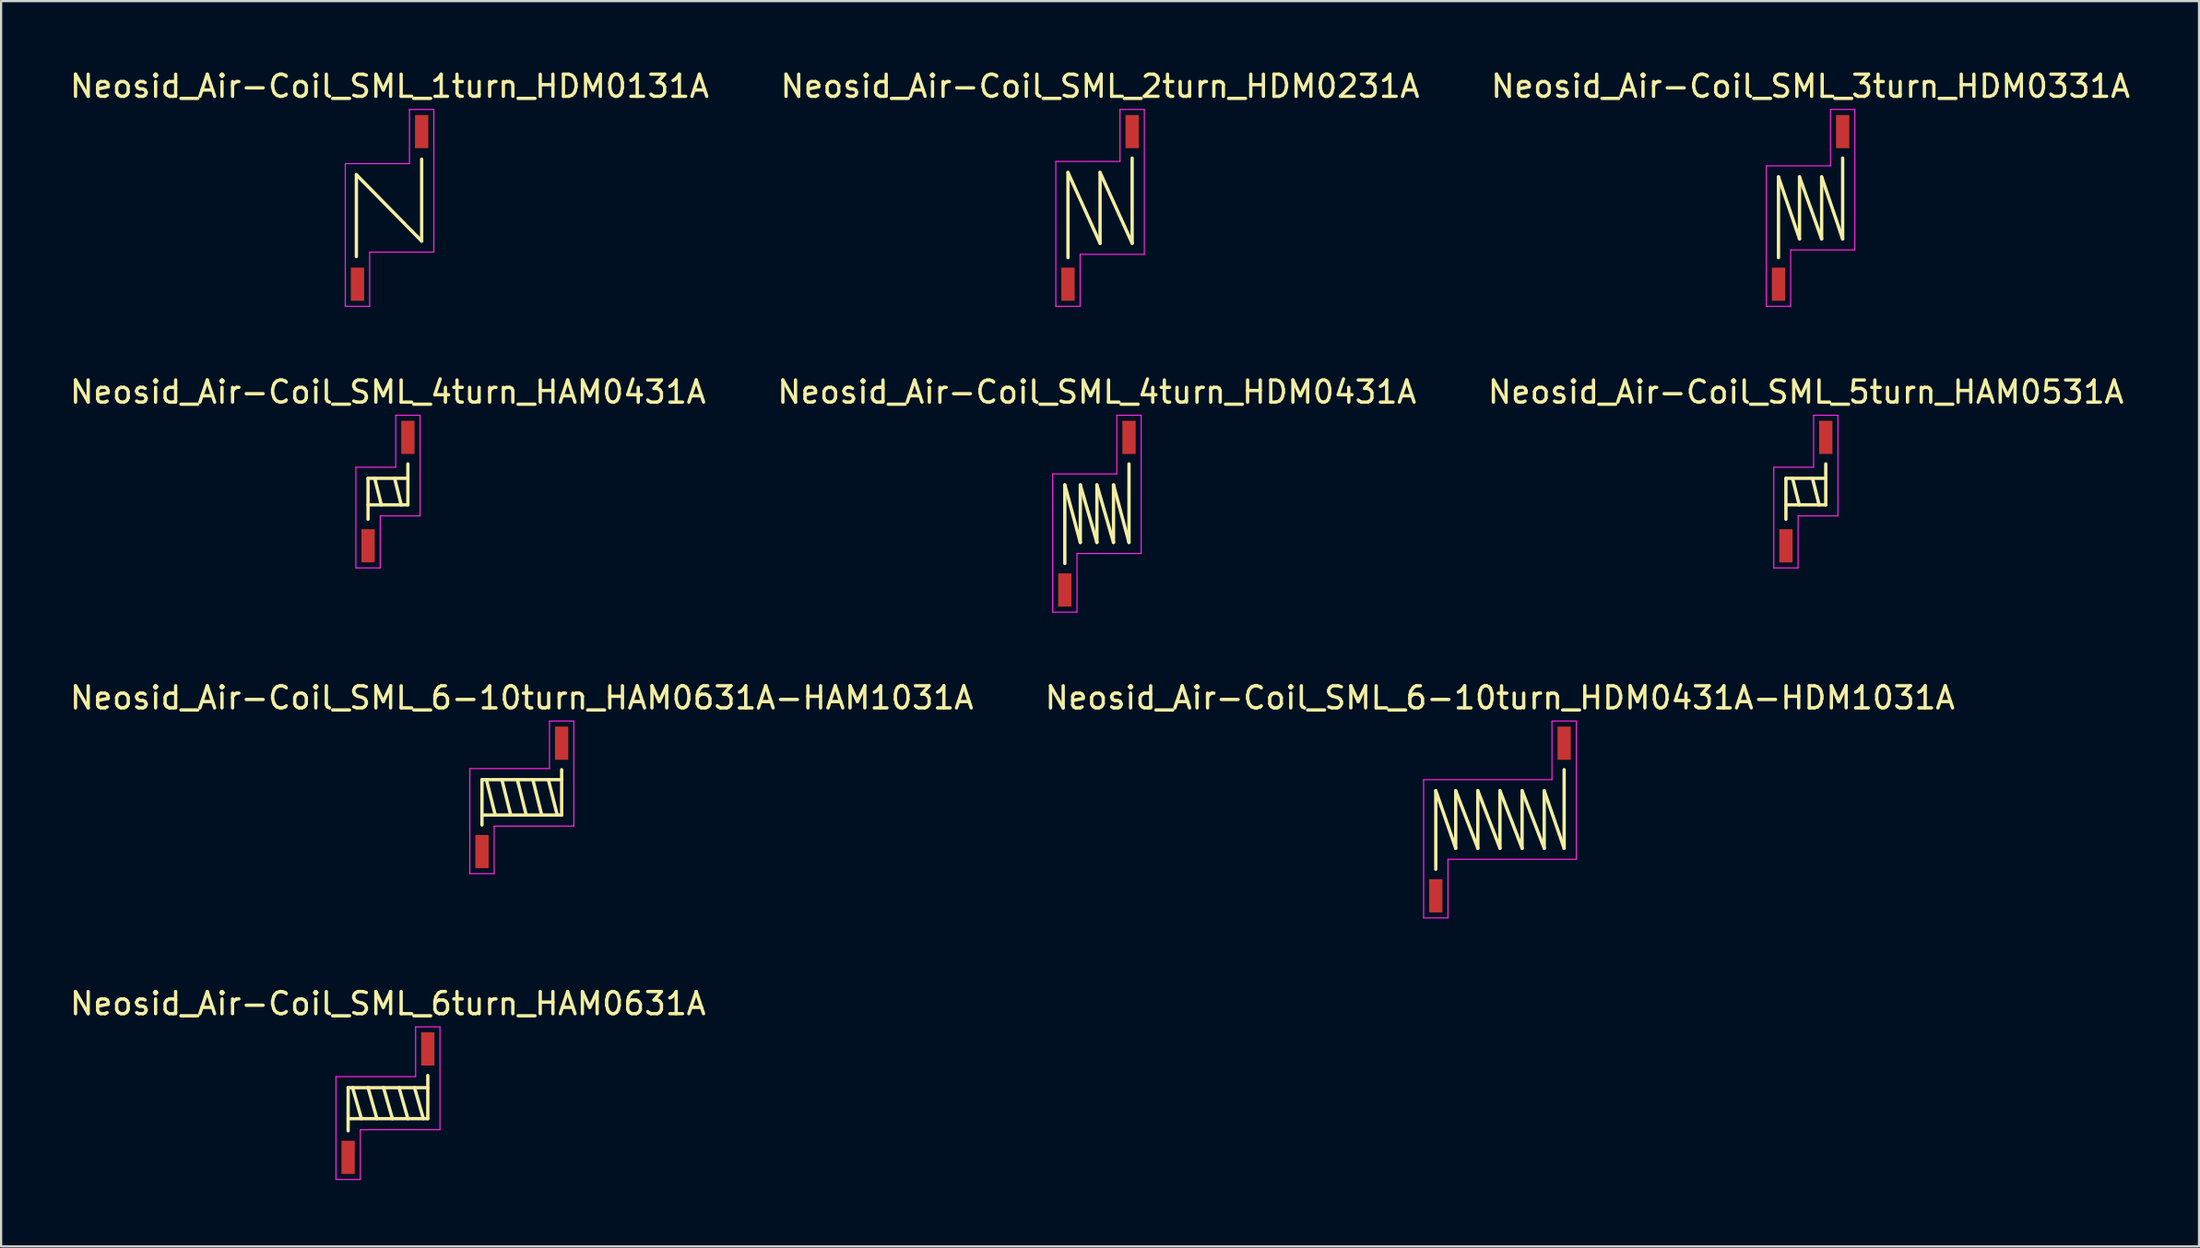
<source format=kicad_pcb>
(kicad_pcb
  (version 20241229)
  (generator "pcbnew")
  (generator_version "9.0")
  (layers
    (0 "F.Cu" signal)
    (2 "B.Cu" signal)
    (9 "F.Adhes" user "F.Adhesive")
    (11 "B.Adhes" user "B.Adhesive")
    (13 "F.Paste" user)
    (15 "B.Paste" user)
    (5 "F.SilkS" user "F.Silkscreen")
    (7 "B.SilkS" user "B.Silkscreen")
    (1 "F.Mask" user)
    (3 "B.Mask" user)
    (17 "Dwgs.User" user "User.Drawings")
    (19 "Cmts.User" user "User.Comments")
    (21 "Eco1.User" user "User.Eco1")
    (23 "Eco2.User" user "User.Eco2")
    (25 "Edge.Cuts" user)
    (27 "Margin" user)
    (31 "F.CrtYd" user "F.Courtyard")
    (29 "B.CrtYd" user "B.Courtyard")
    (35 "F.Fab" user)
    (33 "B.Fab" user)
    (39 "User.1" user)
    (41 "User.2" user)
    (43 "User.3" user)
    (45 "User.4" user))
  (footprint "Neosid_Air-Coil_SML_6-10turn_HDM0431A-HDM1031A"
    (layer "F.Cu")
    (at 64.732 33.995)
    (property "Reference" "Neosid_Air-Coil_SML_6-10turn_HDM0431A-HDM1031A" (at 0 -5.5 0) (layer "F.SilkS") (effects (font (size 1 1) (thickness 0.15))))
    (attr smd)
    (fp_line (start -2.9 -1.3) (end -2.9 2.25) (stroke (width 0.15) (type solid)) (layer "F.SilkS"))
    (fp_line (start -2.9 -1.3) (end -2 1.3) (stroke (width 0.15) (type solid)) (layer "F.SilkS"))
    (fp_line (start -2 -1.3) (end -2 1.3) (stroke (width 0.15) (type solid)) (layer "F.SilkS"))
    (fp_line (start -2 -1.3) (end -1 1.3) (stroke (width 0.15) (type solid)) (layer "F.SilkS"))
    (fp_line (start -1 -1.3) (end -1 1.3) (stroke (width 0.15) (type solid)) (layer "F.SilkS"))
    (fp_line (start -1 -1.3) (end 0 1.3) (stroke (width 0.15) (type solid)) (layer "F.SilkS"))
    (fp_line (start 0 -1.3) (end 0 1.3) (stroke (width 0.15) (type solid)) (layer "F.SilkS"))
    (fp_line (start 0 -1.3) (end 1 1.3) (stroke (width 0.15) (type solid)) (layer "F.SilkS"))
    (fp_line (start 1 -1.3) (end 1 1.3) (stroke (width 0.15) (type solid)) (layer "F.SilkS"))
    (fp_line (start 1 -1.3) (end 2 1.3) (stroke (width 0.15) (type solid)) (layer "F.SilkS"))
    (fp_line (start 2 -1.3) (end 2 1.3) (stroke (width 0.15) (type solid)) (layer "F.SilkS"))
    (fp_line (start 2 -1.3) (end 2.9 1.3) (stroke (width 0.15) (type solid)) (layer "F.SilkS"))
    (fp_line (start 2.9 1.3) (end 2.9 -2.25) (stroke (width 0.15) (type solid)) (layer "F.SilkS"))
    (fp_line (start -3.45 -1.8) (end -3.45 4.45) (stroke (width 0.05) (type solid)) (layer "F.CrtYd"))
    (fp_line (start -3.45 4.45) (end -2.35 4.45) (stroke (width 0.05) (type solid)) (layer "F.CrtYd"))
    (fp_line (start -2.35 1.8) (end 3.45 1.8) (stroke (width 0.05) (type solid)) (layer "F.CrtYd"))
    (fp_line (start -2.35 4.45) (end -2.35 1.8) (stroke (width 0.05) (type solid)) (layer "F.CrtYd"))
    (fp_line (start 2.35 -4.45) (end 2.35 -1.8) (stroke (width 0.05) (type solid)) (layer "F.CrtYd"))
    (fp_line (start 2.35 -1.8) (end -3.45 -1.8) (stroke (width 0.05) (type solid)) (layer "F.CrtYd"))
    (fp_line (start 3.45 -4.45) (end 2.35 -4.45) (stroke (width 0.05) (type solid)) (layer "F.CrtYd"))
    (fp_line (start 3.45 1.8) (end 3.45 -4.45) (stroke (width 0.05) (type solid)) (layer "F.CrtYd"))
    (pad "1" smd rect (at -2.9 3.45) (size 0.6 1.5) (layers "F.Cu" "F.Mask" "F.Paste"))
    (pad "2" smd rect (at 2.9 -3.45) (size 0.6 1.5) (layers "F.Cu" "F.Mask" "F.Paste")))
  (footprint "Neosid_Air-Coil_SML_6-10turn_HAM0631A-HAM1031A"
    (layer "F.Cu")
    (at 20.53 32.995)
    (property "Reference" "Neosid_Air-Coil_SML_6-10turn_HAM0631A-HAM1031A" (at 0 -4.5 0) (layer "F.SilkS") (effects (font (size 1 1) (thickness 0.15))))
    (attr smd)
    (fp_line (start -1.8 -0.8) (end -1.8 1.25) (stroke (width 0.15) (type solid)) (layer "F.SilkS"))
    (fp_line (start -1.8 -0.8) (end 1.8 -0.8) (stroke (width 0.15) (type solid)) (layer "F.SilkS"))
    (fp_line (start -1.6 -0.8) (end -1.2 0.8) (stroke (width 0.15) (type solid)) (layer "F.SilkS"))
    (fp_line (start -0.9 -0.8) (end -0.5 0.8) (stroke (width 0.15) (type solid)) (layer "F.SilkS"))
    (fp_line (start -0.2 -0.8) (end 0.2 0.8) (stroke (width 0.15) (type solid)) (layer "F.SilkS"))
    (fp_line (start 0.5 -0.8) (end 0.9 0.8) (stroke (width 0.15) (type solid)) (layer "F.SilkS"))
    (fp_line (start 1.2 -0.8) (end 1.6 0.8) (stroke (width 0.15) (type solid)) (layer "F.SilkS"))
    (fp_line (start 1.8 0.8) (end -1.8 0.8) (stroke (width 0.15) (type solid)) (layer "F.SilkS"))
    (fp_line (start 1.8 0.8) (end 1.8 -1.25) (stroke (width 0.15) (type solid)) (layer "F.SilkS"))
    (fp_line (start -2.35 -1.3) (end -2.35 3.45) (stroke (width 0.05) (type solid)) (layer "F.CrtYd"))
    (fp_line (start -2.35 3.45) (end -1.25 3.45) (stroke (width 0.05) (type solid)) (layer "F.CrtYd"))
    (fp_line (start -1.25 1.3) (end 2.35 1.3) (stroke (width 0.05) (type solid)) (layer "F.CrtYd"))
    (fp_line (start -1.25 3.45) (end -1.25 1.3) (stroke (width 0.05) (type solid)) (layer "F.CrtYd"))
    (fp_line (start 1.25 -3.45) (end 1.25 -1.3) (stroke (width 0.05) (type solid)) (layer "F.CrtYd"))
    (fp_line (start 1.25 -1.3) (end -2.35 -1.3) (stroke (width 0.05) (type solid)) (layer "F.CrtYd"))
    (fp_line (start 2.35 -3.45) (end 1.25 -3.45) (stroke (width 0.05) (type solid)) (layer "F.CrtYd"))
    (fp_line (start 2.35 1.3) (end 2.35 -3.45) (stroke (width 0.05) (type solid)) (layer "F.CrtYd"))
    (pad "1" smd rect (at -1.8 2.45) (size 0.6 1.5) (layers "F.Cu" "F.Mask" "F.Paste"))
    (pad "2" smd rect (at 1.8 -2.45) (size 0.6 1.5) (layers "F.Cu" "F.Mask" "F.Paste")))
  (footprint "Neosid_Air-Coil_SML_2turn_HDM0231A"
    (layer "F.Cu")
    (at 46.661 6.348)
    (property "Reference" "Neosid_Air-Coil_SML_2turn_HDM0231A" (at 0 -5.5 0) (layer "F.SilkS") (effects (font (size 1 1) (thickness 0.15))))
    (attr smd)
    (fp_line (start -1.45 -1.6) (end -1.45 2.25) (stroke (width 0.15) (type solid)) (layer "F.SilkS"))
    (fp_line (start -1.45 -1.6) (end 0 1.6) (stroke (width 0.15) (type solid)) (layer "F.SilkS"))
    (fp_line (start 0 -1.6) (end 0 1.6) (stroke (width 0.15) (type solid)) (layer "F.SilkS"))
    (fp_line (start 0 -1.6) (end 1.45 1.6) (stroke (width 0.15) (type solid)) (layer "F.SilkS"))
    (fp_line (start 1.45 1.6) (end 1.45 -2.25) (stroke (width 0.15) (type solid)) (layer "F.SilkS"))
    (fp_line (start -2 -2.1) (end -2 4.45) (stroke (width 0.05) (type solid)) (layer "F.CrtYd"))
    (fp_line (start -2 4.45) (end -0.9 4.45) (stroke (width 0.05) (type solid)) (layer "F.CrtYd"))
    (fp_line (start -0.9 2.1) (end 2 2.1) (stroke (width 0.05) (type solid)) (layer "F.CrtYd"))
    (fp_line (start -0.9 4.45) (end -0.9 2.1) (stroke (width 0.05) (type solid)) (layer "F.CrtYd"))
    (fp_line (start 0.9 -4.45) (end 0.9 -2.1) (stroke (width 0.05) (type solid)) (layer "F.CrtYd"))
    (fp_line (start 0.9 -2.1) (end -2 -2.1) (stroke (width 0.05) (type solid)) (layer "F.CrtYd"))
    (fp_line (start 2 -4.45) (end 0.9 -4.45) (stroke (width 0.05) (type solid)) (layer "F.CrtYd"))
    (fp_line (start 2 2.1) (end 2 -4.45) (stroke (width 0.05) (type solid)) (layer "F.CrtYd"))
    (pad "1" smd rect (at -1.45 3.45) (size 0.6 1.5) (layers "F.Cu" "F.Mask" "F.Paste"))
    (pad "2" smd rect (at 1.45 -3.45) (size 0.6 1.5) (layers "F.Cu" "F.Mask" "F.Paste")))
  (footprint "Neosid_Air-Coil_SML_6turn_HAM0631A"
    (layer "F.Cu")
    (at 14.482 46.818)
    (property "Reference" "Neosid_Air-Coil_SML_6turn_HAM0631A" (at 0 -4.5 0) (layer "F.SilkS") (effects (font (size 1 1) (thickness 0.15))))
    (attr smd)
    (fp_line (start -1.8 -0.7) (end -1.8 1.25) (stroke (width 0.15) (type solid)) (layer "F.SilkS"))
    (fp_line (start -1.8 -0.7) (end 1.8 -0.7) (stroke (width 0.15) (type solid)) (layer "F.SilkS"))
    (fp_line (start -1.6 -0.7) (end -1.2 0.7) (stroke (width 0.15) (type solid)) (layer "F.SilkS"))
    (fp_line (start -0.9 -0.7) (end -0.5 0.7) (stroke (width 0.15) (type solid)) (layer "F.SilkS"))
    (fp_line (start -0.2 -0.7) (end 0.2 0.7) (stroke (width 0.15) (type solid)) (layer "F.SilkS"))
    (fp_line (start 0.5 -0.7) (end 0.9 0.7) (stroke (width 0.15) (type solid)) (layer "F.SilkS"))
    (fp_line (start 1.2 -0.7) (end 1.6 0.7) (stroke (width 0.15) (type solid)) (layer "F.SilkS"))
    (fp_line (start 1.8 0.7) (end -1.8 0.7) (stroke (width 0.15) (type solid)) (layer "F.SilkS"))
    (fp_line (start 1.8 0.7) (end 1.8 -1.25) (stroke (width 0.15) (type solid)) (layer "F.SilkS"))
    (fp_line (start -2.35 -1.2) (end -2.35 3.45) (stroke (width 0.05) (type solid)) (layer "F.CrtYd"))
    (fp_line (start -2.35 3.45) (end -1.25 3.45) (stroke (width 0.05) (type solid)) (layer "F.CrtYd"))
    (fp_line (start -1.25 1.2) (end 2.35 1.2) (stroke (width 0.05) (type solid)) (layer "F.CrtYd"))
    (fp_line (start -1.25 3.45) (end -1.25 1.2) (stroke (width 0.05) (type solid)) (layer "F.CrtYd"))
    (fp_line (start 1.25 -3.45) (end 1.25 -1.2) (stroke (width 0.05) (type solid)) (layer "F.CrtYd"))
    (fp_line (start 1.25 -1.2) (end -2.35 -1.2) (stroke (width 0.05) (type solid)) (layer "F.CrtYd"))
    (fp_line (start 2.35 -3.45) (end 1.25 -3.45) (stroke (width 0.05) (type solid)) (layer "F.CrtYd"))
    (fp_line (start 2.35 1.2) (end 2.35 -3.45) (stroke (width 0.05) (type solid)) (layer "F.CrtYd"))
    (pad "1" smd rect (at -1.8 2.45) (size 0.6 1.5) (layers "F.Cu" "F.Mask" "F.Paste"))
    (pad "2" smd rect (at 1.8 -2.45) (size 0.6 1.5) (layers "F.Cu" "F.Mask" "F.Paste")))
  (footprint "Neosid_Air-Coil_SML_5turn_HAM0531A"
    (layer "F.Cu")
    (at 78.554 19.172)
    (property "Reference" "Neosid_Air-Coil_SML_5turn_HAM0531A" (at 0 -4.5 0) (layer "F.SilkS") (effects (font (size 1 1) (thickness 0.15))))
    (attr smd)
    (fp_line (start -0.9 -0.6) (end 0.9 -0.6) (stroke (width 0.15) (type solid)) (layer "F.SilkS"))
    (fp_line (start -0.9 1.25) (end -0.9 -0.6) (stroke (width 0.15) (type solid)) (layer "F.SilkS"))
    (fp_line (start -0.6 -0.6) (end -0.3 0.6) (stroke (width 0.15) (type solid)) (layer "F.SilkS"))
    (fp_line (start 0.3 -0.6) (end 0.6 0.6) (stroke (width 0.15) (type solid)) (layer "F.SilkS"))
    (fp_line (start 0.9 0.6) (end -0.9 0.6) (stroke (width 0.15) (type solid)) (layer "F.SilkS"))
    (fp_line (start 0.9 0.6) (end 0.9 -1.25) (stroke (width 0.15) (type solid)) (layer "F.SilkS"))
    (fp_line (start -1.45 -1.1) (end -1.45 3.45) (stroke (width 0.05) (type solid)) (layer "F.CrtYd"))
    (fp_line (start -1.45 3.45) (end -0.35 3.45) (stroke (width 0.05) (type solid)) (layer "F.CrtYd"))
    (fp_line (start -0.35 1.1) (end 1.45 1.1) (stroke (width 0.05) (type solid)) (layer "F.CrtYd"))
    (fp_line (start -0.35 3.45) (end -0.35 1.1) (stroke (width 0.05) (type solid)) (layer "F.CrtYd"))
    (fp_line (start 0.35 -3.45) (end 0.35 -1.1) (stroke (width 0.05) (type solid)) (layer "F.CrtYd"))
    (fp_line (start 0.35 -1.1) (end -1.45 -1.1) (stroke (width 0.05) (type solid)) (layer "F.CrtYd"))
    (fp_line (start 1.45 -3.45) (end 0.35 -3.45) (stroke (width 0.05) (type solid)) (layer "F.CrtYd"))
    (fp_line (start 1.45 1.1) (end 1.45 -3.45) (stroke (width 0.05) (type solid)) (layer "F.CrtYd"))
    (pad "1" smd rect (at -0.9 2.45) (size 0.6 1.5) (layers "F.Cu" "F.Mask" "F.Paste"))
    (pad "2" smd rect (at 0.9 -2.45) (size 0.6 1.5) (layers "F.Cu" "F.Mask" "F.Paste")))
  (footprint "Neosid_Air-Coil_SML_3turn_HDM0331A"
    (layer "F.Cu")
    (at 78.768 6.348)
    (property "Reference" "Neosid_Air-Coil_SML_3turn_HDM0331A" (at 0 -5.5 0) (layer "F.SilkS") (effects (font (size 1 1) (thickness 0.15))))
    (attr smd)
    (fp_line (start -1.45 -1.4) (end -1.45 2.25) (stroke (width 0.15) (type solid)) (layer "F.SilkS"))
    (fp_line (start -1.45 -1.4) (end -0.5 1.4) (stroke (width 0.15) (type solid)) (layer "F.SilkS"))
    (fp_line (start -0.5 -1.4) (end -0.5 1.4) (stroke (width 0.15) (type solid)) (layer "F.SilkS"))
    (fp_line (start -0.5 -1.4) (end 0.5 1.4) (stroke (width 0.15) (type solid)) (layer "F.SilkS"))
    (fp_line (start 0.5 -1.4) (end 0.5 1.4) (stroke (width 0.15) (type solid)) (layer "F.SilkS"))
    (fp_line (start 0.5 -1.4) (end 1.45 1.4) (stroke (width 0.15) (type solid)) (layer "F.SilkS"))
    (fp_line (start 1.45 1.4) (end 1.45 -2.25) (stroke (width 0.15) (type solid)) (layer "F.SilkS"))
    (fp_line (start -2 -1.9) (end -2 4.45) (stroke (width 0.05) (type solid)) (layer "F.CrtYd"))
    (fp_line (start -2 4.45) (end -0.9 4.45) (stroke (width 0.05) (type solid)) (layer "F.CrtYd"))
    (fp_line (start -0.9 1.9) (end 2 1.9) (stroke (width 0.05) (type solid)) (layer "F.CrtYd"))
    (fp_line (start -0.9 4.45) (end -0.9 1.9) (stroke (width 0.05) (type solid)) (layer "F.CrtYd"))
    (fp_line (start 0.9 -4.45) (end 0.9 -1.9) (stroke (width 0.05) (type solid)) (layer "F.CrtYd"))
    (fp_line (start 0.9 -1.9) (end -2 -1.9) (stroke (width 0.05) (type solid)) (layer "F.CrtYd"))
    (fp_line (start 2 -4.45) (end 0.9 -4.45) (stroke (width 0.05) (type solid)) (layer "F.CrtYd"))
    (fp_line (start 2 1.9) (end 2 -4.45) (stroke (width 0.05) (type solid)) (layer "F.CrtYd"))
    (pad "1" smd rect (at -1.45 3.45) (size 0.6 1.5) (layers "F.Cu" "F.Mask" "F.Paste"))
    (pad "2" smd rect (at 1.45 -3.45) (size 0.6 1.5) (layers "F.Cu" "F.Mask" "F.Paste")))
  (footprint "Neosid_Air-Coil_SML_4turn_HAM0431A"
    (layer "F.Cu")
    (at 14.482 19.172)
    (property "Reference" "Neosid_Air-Coil_SML_4turn_HAM0431A" (at 0 -4.5 0) (layer "F.SilkS") (effects (font (size 1 1) (thickness 0.15))))
    (attr smd)
    (fp_line (start -0.9 -0.6) (end 0.9 -0.6) (stroke (width 0.15) (type solid)) (layer "F.SilkS"))
    (fp_line (start -0.9 1.25) (end -0.9 -0.6) (stroke (width 0.15) (type solid)) (layer "F.SilkS"))
    (fp_line (start -0.6 -0.6) (end -0.3 0.6) (stroke (width 0.15) (type solid)) (layer "F.SilkS"))
    (fp_line (start 0.3 -0.6) (end 0.6 0.6) (stroke (width 0.15) (type solid)) (layer "F.SilkS"))
    (fp_line (start 0.9 0.6) (end -0.9 0.6) (stroke (width 0.15) (type solid)) (layer "F.SilkS"))
    (fp_line (start 0.9 0.6) (end 0.9 -1.25) (stroke (width 0.15) (type solid)) (layer "F.SilkS"))
    (fp_line (start -1.45 -1.1) (end -1.45 3.45) (stroke (width 0.05) (type solid)) (layer "F.CrtYd"))
    (fp_line (start -1.45 3.45) (end -0.35 3.45) (stroke (width 0.05) (type solid)) (layer "F.CrtYd"))
    (fp_line (start -0.35 1.1) (end 1.45 1.1) (stroke (width 0.05) (type solid)) (layer "F.CrtYd"))
    (fp_line (start -0.35 3.45) (end -0.35 1.1) (stroke (width 0.05) (type solid)) (layer "F.CrtYd"))
    (fp_line (start 0.35 -3.45) (end 0.35 -1.1) (stroke (width 0.05) (type solid)) (layer "F.CrtYd"))
    (fp_line (start 0.35 -1.1) (end -1.45 -1.1) (stroke (width 0.05) (type solid)) (layer "F.CrtYd"))
    (fp_line (start 1.45 -3.45) (end 0.35 -3.45) (stroke (width 0.05) (type solid)) (layer "F.CrtYd"))
    (fp_line (start 1.45 1.1) (end 1.45 -3.45) (stroke (width 0.05) (type solid)) (layer "F.CrtYd"))
    (pad "1" smd rect (at -0.9 2.45) (size 0.6 1.5) (layers "F.Cu" "F.Mask" "F.Paste"))
    (pad "2" smd rect (at 0.9 -2.45) (size 0.6 1.5) (layers "F.Cu" "F.Mask" "F.Paste")))
  (footprint "Neosid_Air-Coil_SML_1turn_HDM0131A"
    (layer "F.Cu")
    (at 14.554 6.348)
    (property "Reference" "Neosid_Air-Coil_SML_1turn_HDM0131A" (at 0 -5.5 0) (layer "F.SilkS") (effects (font (size 1 1) (thickness 0.15))))
    (attr smd)
    (fp_line (start -1.5 -1.5) (end -1.5 2.2) (stroke (width 0.15) (type solid)) (layer "F.SilkS"))
    (fp_line (start -1.5 -1.5) (end 1.45 1.5) (stroke (width 0.15) (type solid)) (layer "F.SilkS"))
    (fp_line (start 1.45 1.5) (end 1.45 -2.2) (stroke (width 0.15) (type solid)) (layer "F.SilkS"))
    (fp_line (start -2 -2) (end -2 4.45) (stroke (width 0.05) (type solid)) (layer "F.CrtYd"))
    (fp_line (start -2 4.45) (end -0.9 4.45) (stroke (width 0.05) (type solid)) (layer "F.CrtYd"))
    (fp_line (start -0.9 2) (end 2 2) (stroke (width 0.05) (type solid)) (layer "F.CrtYd"))
    (fp_line (start -0.9 4.45) (end -0.9 2) (stroke (width 0.05) (type solid)) (layer "F.CrtYd"))
    (fp_line (start 0.9 -4.45) (end 0.9 -2) (stroke (width 0.05) (type solid)) (layer "F.CrtYd"))
    (fp_line (start 0.9 -2) (end -2 -2) (stroke (width 0.05) (type solid)) (layer "F.CrtYd"))
    (fp_line (start 2 -4.45) (end 0.9 -4.45) (stroke (width 0.05) (type solid)) (layer "F.CrtYd"))
    (fp_line (start 2 2) (end 2 -4.45) (stroke (width 0.05) (type solid)) (layer "F.CrtYd"))
    (pad "1" smd rect (at -1.45 3.45) (size 0.6 1.5) (layers "F.Cu" "F.Mask" "F.Paste"))
    (pad "2" smd rect (at 1.45 -3.45) (size 0.6 1.5) (layers "F.Cu" "F.Mask" "F.Paste")))
  (footprint "Neosid_Air-Coil_SML_4turn_HDM0431A"
    (layer "F.Cu")
    (at 46.518 20.172)
    (property "Reference" "Neosid_Air-Coil_SML_4turn_HDM0431A" (at 0 -5.5 0) (layer "F.SilkS") (effects (font (size 1 1) (thickness 0.15))))
    (attr smd)
    (fp_line (start -1.45 -1.3) (end -1.45 2.25) (stroke (width 0.15) (type solid)) (layer "F.SilkS"))
    (fp_line (start -1.45 -1.3) (end -0.75 1.3) (stroke (width 0.15) (type solid)) (layer "F.SilkS"))
    (fp_line (start -0.75 -1.3) (end -0.75 1.3) (stroke (width 0.15) (type solid)) (layer "F.SilkS"))
    (fp_line (start -0.75 -1.3) (end 0 1.3) (stroke (width 0.15) (type solid)) (layer "F.SilkS"))
    (fp_line (start 0 -1.3) (end 0 1.3) (stroke (width 0.15) (type solid)) (layer "F.SilkS"))
    (fp_line (start 0 -1.3) (end 0.75 1.3) (stroke (width 0.15) (type solid)) (layer "F.SilkS"))
    (fp_line (start 0.75 -1.3) (end 0.75 1.3) (stroke (width 0.15) (type solid)) (layer "F.SilkS"))
    (fp_line (start 0.75 -1.3) (end 1.45 1.3) (stroke (width 0.15) (type solid)) (layer "F.SilkS"))
    (fp_line (start 1.45 1.3) (end 1.45 -2.25) (stroke (width 0.15) (type solid)) (layer "F.SilkS"))
    (fp_line (start -2 -1.8) (end -2 4.45) (stroke (width 0.05) (type solid)) (layer "F.CrtYd"))
    (fp_line (start -2 4.45) (end -0.9 4.45) (stroke (width 0.05) (type solid)) (layer "F.CrtYd"))
    (fp_line (start -0.9 1.8) (end 2 1.8) (stroke (width 0.05) (type solid)) (layer "F.CrtYd"))
    (fp_line (start -0.9 4.45) (end -0.9 1.8) (stroke (width 0.05) (type solid)) (layer "F.CrtYd"))
    (fp_line (start 0.9 -4.45) (end 0.9 -1.8) (stroke (width 0.05) (type solid)) (layer "F.CrtYd"))
    (fp_line (start 0.9 -1.8) (end -2 -1.8) (stroke (width 0.05) (type solid)) (layer "F.CrtYd"))
    (fp_line (start 2 -4.45) (end 0.9 -4.45) (stroke (width 0.05) (type solid)) (layer "F.CrtYd"))
    (fp_line (start 2 1.8) (end 2 -4.45) (stroke (width 0.05) (type solid)) (layer "F.CrtYd"))
    (pad "1" smd rect (at -1.45 3.45) (size 0.6 1.5) (layers "F.Cu" "F.Mask" "F.Paste"))
    (pad "2" smd rect (at 1.45 -3.45) (size 0.6 1.5) (layers "F.Cu" "F.Mask" "F.Paste")))
  (gr_rect
    (start -3 -3)
    (end 96.321 53.293)
    (stroke (width 0.1) (type default))
    (fill no)
    (layer "Edge.Cuts")))
</source>
